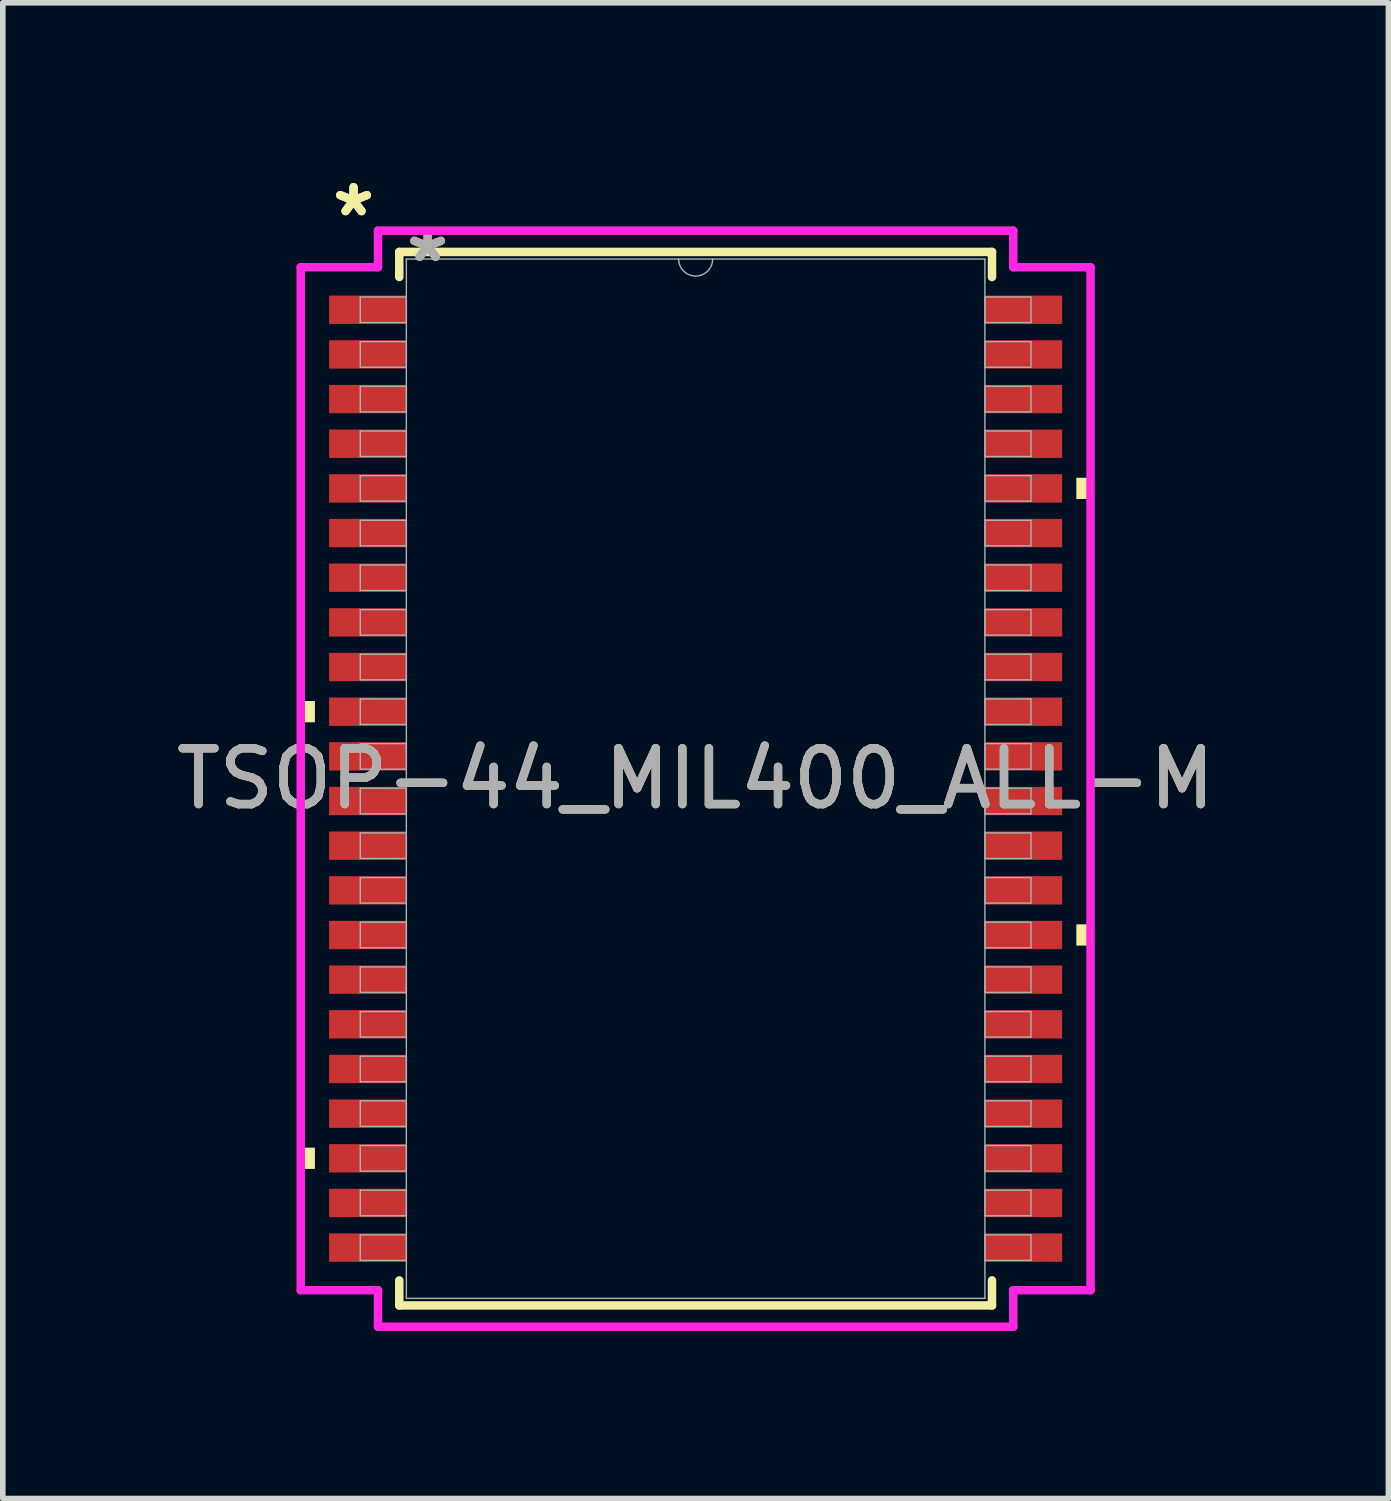
<source format=kicad_pcb>
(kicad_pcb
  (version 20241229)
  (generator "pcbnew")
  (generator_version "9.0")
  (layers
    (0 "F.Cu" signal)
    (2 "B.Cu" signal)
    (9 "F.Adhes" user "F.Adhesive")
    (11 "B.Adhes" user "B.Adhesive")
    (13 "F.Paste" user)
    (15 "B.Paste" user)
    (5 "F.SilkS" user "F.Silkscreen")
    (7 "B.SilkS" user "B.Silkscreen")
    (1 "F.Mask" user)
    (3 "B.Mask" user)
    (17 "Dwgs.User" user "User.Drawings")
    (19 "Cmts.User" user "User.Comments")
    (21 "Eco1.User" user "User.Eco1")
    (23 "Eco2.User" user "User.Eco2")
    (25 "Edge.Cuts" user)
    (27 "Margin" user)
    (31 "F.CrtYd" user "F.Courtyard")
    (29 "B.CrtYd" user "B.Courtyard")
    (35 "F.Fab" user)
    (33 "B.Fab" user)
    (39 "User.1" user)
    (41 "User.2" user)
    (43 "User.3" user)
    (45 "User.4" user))
  (footprint "TSOP-44_MIL400_ALL-M"
    (layer "F.Cu")
    (at 9.411 10.899)
    (property "Reference" "TSOP-44_MIL400_ALL-M" (at 0 0 0) (unlocked yes) (layer "F.SilkS") (effects (font (size 1 1) (thickness 0.15))))
    (attr smd)
    (fp_line (start -5.309 -9.436) (end -5.309 -8.987) (stroke (width 0.152) (type solid)) (layer "F.SilkS"))
    (fp_line (start -5.309 8.987) (end -5.309 9.436) (stroke (width 0.152) (type solid)) (layer "F.SilkS"))
    (fp_line (start -5.309 9.436) (end 5.309 9.436) (stroke (width 0.152) (type solid)) (layer "F.SilkS"))
    (fp_line (start 5.309 -9.436) (end -5.309 -9.436) (stroke (width 0.152) (type solid)) (layer "F.SilkS"))
    (fp_line (start 5.309 -8.987) (end 5.309 -9.436) (stroke (width 0.152) (type solid)) (layer "F.SilkS"))
    (fp_line (start 5.309 9.436) (end 5.309 8.987) (stroke (width 0.152) (type solid)) (layer "F.SilkS"))
    (fp_poly (pts (xy -7.074 -1.391) (xy -7.074 -1.01) (xy -6.82 -1.01) (xy -6.82 -1.391)) (stroke (width 0) (type solid)) (fill yes) (layer "F.SilkS"))
    (fp_poly (pts (xy -7.074 6.609) (xy -7.074 6.99) (xy -6.82 6.99) (xy -6.82 6.609)) (stroke (width 0) (type solid)) (fill yes) (layer "F.SilkS"))
    (fp_poly (pts (xy 7.074 -5.391) (xy 7.074 -5.01) (xy 6.82 -5.01) (xy 6.82 -5.391)) (stroke (width 0) (type solid)) (fill yes) (layer "F.SilkS"))
    (fp_poly (pts (xy 7.074 2.609) (xy 7.074 2.99) (xy 6.82 2.99) (xy 6.82 2.609)) (stroke (width 0) (type solid)) (fill yes) (layer "F.SilkS"))
    (fp_line (start -7.074 -9.162) (end -5.69 -9.162) (stroke (width 0.152) (type solid)) (layer "F.CrtYd"))
    (fp_line (start -7.074 9.162) (end -7.074 -9.162) (stroke (width 0.152) (type solid)) (layer "F.CrtYd"))
    (fp_line (start -7.074 9.162) (end -5.69 9.162) (stroke (width 0.152) (type solid)) (layer "F.CrtYd"))
    (fp_line (start -5.69 -9.817) (end 5.69 -9.817) (stroke (width 0.152) (type solid)) (layer "F.CrtYd"))
    (fp_line (start -5.69 -9.162) (end -5.69 -9.817) (stroke (width 0.152) (type solid)) (layer "F.CrtYd"))
    (fp_line (start -5.69 9.817) (end -5.69 9.162) (stroke (width 0.152) (type solid)) (layer "F.CrtYd"))
    (fp_line (start 5.69 -9.817) (end 5.69 -9.162) (stroke (width 0.152) (type solid)) (layer "F.CrtYd"))
    (fp_line (start 5.69 9.162) (end 5.69 9.817) (stroke (width 0.152) (type solid)) (layer "F.CrtYd"))
    (fp_line (start 5.69 9.817) (end -5.69 9.817) (stroke (width 0.152) (type solid)) (layer "F.CrtYd"))
    (fp_line (start 7.074 -9.162) (end 5.69 -9.162) (stroke (width 0.152) (type solid)) (layer "F.CrtYd"))
    (fp_line (start 7.074 -9.162) (end 7.074 9.162) (stroke (width 0.152) (type solid)) (layer "F.CrtYd"))
    (fp_line (start 7.074 9.162) (end 5.69 9.162) (stroke (width 0.152) (type solid)) (layer "F.CrtYd"))
    (fp_line (start -6.007 -8.629) (end -6.007 -8.171) (stroke (width 0.025) (type solid)) (layer "F.Fab"))
    (fp_line (start -6.007 -8.171) (end -5.182 -8.171) (stroke (width 0.025) (type solid)) (layer "F.Fab"))
    (fp_line (start -6.007 -7.829) (end -6.007 -7.371) (stroke (width 0.025) (type solid)) (layer "F.Fab"))
    (fp_line (start -6.007 -7.371) (end -5.182 -7.371) (stroke (width 0.025) (type solid)) (layer "F.Fab"))
    (fp_line (start -6.007 -7.029) (end -6.007 -6.571) (stroke (width 0.025) (type solid)) (layer "F.Fab"))
    (fp_line (start -6.007 -6.571) (end -5.182 -6.571) (stroke (width 0.025) (type solid)) (layer "F.Fab"))
    (fp_line (start -6.007 -6.229) (end -6.007 -5.771) (stroke (width 0.025) (type solid)) (layer "F.Fab"))
    (fp_line (start -6.007 -5.771) (end -5.182 -5.771) (stroke (width 0.025) (type solid)) (layer "F.Fab"))
    (fp_line (start -6.007 -5.429) (end -6.007 -4.971) (stroke (width 0.025) (type solid)) (layer "F.Fab"))
    (fp_line (start -6.007 -4.971) (end -5.182 -4.971) (stroke (width 0.025) (type solid)) (layer "F.Fab"))
    (fp_line (start -6.007 -4.629) (end -6.007 -4.171) (stroke (width 0.025) (type solid)) (layer "F.Fab"))
    (fp_line (start -6.007 -4.171) (end -5.182 -4.171) (stroke (width 0.025) (type solid)) (layer "F.Fab"))
    (fp_line (start -6.007 -3.829) (end -6.007 -3.371) (stroke (width 0.025) (type solid)) (layer "F.Fab"))
    (fp_line (start -6.007 -3.371) (end -5.182 -3.371) (stroke (width 0.025) (type solid)) (layer "F.Fab"))
    (fp_line (start -6.007 -3.029) (end -6.007 -2.571) (stroke (width 0.025) (type solid)) (layer "F.Fab"))
    (fp_line (start -6.007 -2.571) (end -5.182 -2.571) (stroke (width 0.025) (type solid)) (layer "F.Fab"))
    (fp_line (start -6.007 -2.229) (end -6.007 -1.771) (stroke (width 0.025) (type solid)) (layer "F.Fab"))
    (fp_line (start -6.007 -1.771) (end -5.182 -1.771) (stroke (width 0.025) (type solid)) (layer "F.Fab"))
    (fp_line (start -6.007 -1.429) (end -6.007 -0.971) (stroke (width 0.025) (type solid)) (layer "F.Fab"))
    (fp_line (start -6.007 -0.971) (end -5.182 -0.971) (stroke (width 0.025) (type solid)) (layer "F.Fab"))
    (fp_line (start -6.007 -0.629) (end -6.007 -0.171) (stroke (width 0.025) (type solid)) (layer "F.Fab"))
    (fp_line (start -6.007 -0.171) (end -5.182 -0.171) (stroke (width 0.025) (type solid)) (layer "F.Fab"))
    (fp_line (start -6.007 0.171) (end -6.007 0.629) (stroke (width 0.025) (type solid)) (layer "F.Fab"))
    (fp_line (start -6.007 0.629) (end -5.182 0.629) (stroke (width 0.025) (type solid)) (layer "F.Fab"))
    (fp_line (start -6.007 0.971) (end -6.007 1.429) (stroke (width 0.025) (type solid)) (layer "F.Fab"))
    (fp_line (start -6.007 1.429) (end -5.182 1.429) (stroke (width 0.025) (type solid)) (layer "F.Fab"))
    (fp_line (start -6.007 1.771) (end -6.007 2.229) (stroke (width 0.025) (type solid)) (layer "F.Fab"))
    (fp_line (start -6.007 2.229) (end -5.182 2.229) (stroke (width 0.025) (type solid)) (layer "F.Fab"))
    (fp_line (start -6.007 2.571) (end -6.007 3.029) (stroke (width 0.025) (type solid)) (layer "F.Fab"))
    (fp_line (start -6.007 3.029) (end -5.182 3.029) (stroke (width 0.025) (type solid)) (layer "F.Fab"))
    (fp_line (start -6.007 3.371) (end -6.007 3.829) (stroke (width 0.025) (type solid)) (layer "F.Fab"))
    (fp_line (start -6.007 3.829) (end -5.182 3.829) (stroke (width 0.025) (type solid)) (layer "F.Fab"))
    (fp_line (start -6.007 4.171) (end -6.007 4.629) (stroke (width 0.025) (type solid)) (layer "F.Fab"))
    (fp_line (start -6.007 4.629) (end -5.182 4.629) (stroke (width 0.025) (type solid)) (layer "F.Fab"))
    (fp_line (start -6.007 4.971) (end -6.007 5.429) (stroke (width 0.025) (type solid)) (layer "F.Fab"))
    (fp_line (start -6.007 5.429) (end -5.182 5.429) (stroke (width 0.025) (type solid)) (layer "F.Fab"))
    (fp_line (start -6.007 5.771) (end -6.007 6.229) (stroke (width 0.025) (type solid)) (layer "F.Fab"))
    (fp_line (start -6.007 6.229) (end -5.182 6.229) (stroke (width 0.025) (type solid)) (layer "F.Fab"))
    (fp_line (start -6.007 6.571) (end -6.007 7.029) (stroke (width 0.025) (type solid)) (layer "F.Fab"))
    (fp_line (start -6.007 7.029) (end -5.182 7.029) (stroke (width 0.025) (type solid)) (layer "F.Fab"))
    (fp_line (start -6.007 7.371) (end -6.007 7.829) (stroke (width 0.025) (type solid)) (layer "F.Fab"))
    (fp_line (start -6.007 7.829) (end -5.182 7.829) (stroke (width 0.025) (type solid)) (layer "F.Fab"))
    (fp_line (start -6.007 8.171) (end -6.007 8.629) (stroke (width 0.025) (type solid)) (layer "F.Fab"))
    (fp_line (start -6.007 8.629) (end -5.182 8.629) (stroke (width 0.025) (type solid)) (layer "F.Fab"))
    (fp_line (start -5.182 -9.309) (end -5.182 9.309) (stroke (width 0.025) (type solid)) (layer "F.Fab"))
    (fp_line (start -5.182 -8.629) (end -6.007 -8.629) (stroke (width 0.025) (type solid)) (layer "F.Fab"))
    (fp_line (start -5.182 -8.171) (end -5.182 -8.629) (stroke (width 0.025) (type solid)) (layer "F.Fab"))
    (fp_line (start -5.182 -7.829) (end -6.007 -7.829) (stroke (width 0.025) (type solid)) (layer "F.Fab"))
    (fp_line (start -5.182 -7.371) (end -5.182 -7.829) (stroke (width 0.025) (type solid)) (layer "F.Fab"))
    (fp_line (start -5.182 -7.029) (end -6.007 -7.029) (stroke (width 0.025) (type solid)) (layer "F.Fab"))
    (fp_line (start -5.182 -6.571) (end -5.182 -7.029) (stroke (width 0.025) (type solid)) (layer "F.Fab"))
    (fp_line (start -5.182 -6.229) (end -6.007 -6.229) (stroke (width 0.025) (type solid)) (layer "F.Fab"))
    (fp_line (start -5.182 -5.771) (end -5.182 -6.229) (stroke (width 0.025) (type solid)) (layer "F.Fab"))
    (fp_line (start -5.182 -5.429) (end -6.007 -5.429) (stroke (width 0.025) (type solid)) (layer "F.Fab"))
    (fp_line (start -5.182 -4.971) (end -5.182 -5.429) (stroke (width 0.025) (type solid)) (layer "F.Fab"))
    (fp_line (start -5.182 -4.629) (end -6.007 -4.629) (stroke (width 0.025) (type solid)) (layer "F.Fab"))
    (fp_line (start -5.182 -4.171) (end -5.182 -4.629) (stroke (width 0.025) (type solid)) (layer "F.Fab"))
    (fp_line (start -5.182 -3.829) (end -6.007 -3.829) (stroke (width 0.025) (type solid)) (layer "F.Fab"))
    (fp_line (start -5.182 -3.371) (end -5.182 -3.829) (stroke (width 0.025) (type solid)) (layer "F.Fab"))
    (fp_line (start -5.182 -3.029) (end -6.007 -3.029) (stroke (width 0.025) (type solid)) (layer "F.Fab"))
    (fp_line (start -5.182 -2.571) (end -5.182 -3.029) (stroke (width 0.025) (type solid)) (layer "F.Fab"))
    (fp_line (start -5.182 -2.229) (end -6.007 -2.229) (stroke (width 0.025) (type solid)) (layer "F.Fab"))
    (fp_line (start -5.182 -1.771) (end -5.182 -2.229) (stroke (width 0.025) (type solid)) (layer "F.Fab"))
    (fp_line (start -5.182 -1.429) (end -6.007 -1.429) (stroke (width 0.025) (type solid)) (layer "F.Fab"))
    (fp_line (start -5.182 -0.971) (end -5.182 -1.429) (stroke (width 0.025) (type solid)) (layer "F.Fab"))
    (fp_line (start -5.182 -0.629) (end -6.007 -0.629) (stroke (width 0.025) (type solid)) (layer "F.Fab"))
    (fp_line (start -5.182 -0.171) (end -5.182 -0.629) (stroke (width 0.025) (type solid)) (layer "F.Fab"))
    (fp_line (start -5.182 0.171) (end -6.007 0.171) (stroke (width 0.025) (type solid)) (layer "F.Fab"))
    (fp_line (start -5.182 0.629) (end -5.182 0.171) (stroke (width 0.025) (type solid)) (layer "F.Fab"))
    (fp_line (start -5.182 0.971) (end -6.007 0.971) (stroke (width 0.025) (type solid)) (layer "F.Fab"))
    (fp_line (start -5.182 1.429) (end -5.182 0.971) (stroke (width 0.025) (type solid)) (layer "F.Fab"))
    (fp_line (start -5.182 1.771) (end -6.007 1.771) (stroke (width 0.025) (type solid)) (layer "F.Fab"))
    (fp_line (start -5.182 2.229) (end -5.182 1.771) (stroke (width 0.025) (type solid)) (layer "F.Fab"))
    (fp_line (start -5.182 2.571) (end -6.007 2.571) (stroke (width 0.025) (type solid)) (layer "F.Fab"))
    (fp_line (start -5.182 3.029) (end -5.182 2.571) (stroke (width 0.025) (type solid)) (layer "F.Fab"))
    (fp_line (start -5.182 3.371) (end -6.007 3.371) (stroke (width 0.025) (type solid)) (layer "F.Fab"))
    (fp_line (start -5.182 3.829) (end -5.182 3.371) (stroke (width 0.025) (type solid)) (layer "F.Fab"))
    (fp_line (start -5.182 4.171) (end -6.007 4.171) (stroke (width 0.025) (type solid)) (layer "F.Fab"))
    (fp_line (start -5.182 4.629) (end -5.182 4.171) (stroke (width 0.025) (type solid)) (layer "F.Fab"))
    (fp_line (start -5.182 4.971) (end -6.007 4.971) (stroke (width 0.025) (type solid)) (layer "F.Fab"))
    (fp_line (start -5.182 5.429) (end -5.182 4.971) (stroke (width 0.025) (type solid)) (layer "F.Fab"))
    (fp_line (start -5.182 5.771) (end -6.007 5.771) (stroke (width 0.025) (type solid)) (layer "F.Fab"))
    (fp_line (start -5.182 6.229) (end -5.182 5.771) (stroke (width 0.025) (type solid)) (layer "F.Fab"))
    (fp_line (start -5.182 6.571) (end -6.007 6.571) (stroke (width 0.025) (type solid)) (layer "F.Fab"))
    (fp_line (start -5.182 7.029) (end -5.182 6.571) (stroke (width 0.025) (type solid)) (layer "F.Fab"))
    (fp_line (start -5.182 7.371) (end -6.007 7.371) (stroke (width 0.025) (type solid)) (layer "F.Fab"))
    (fp_line (start -5.182 7.829) (end -5.182 7.371) (stroke (width 0.025) (type solid)) (layer "F.Fab"))
    (fp_line (start -5.182 8.171) (end -6.007 8.171) (stroke (width 0.025) (type solid)) (layer "F.Fab"))
    (fp_line (start -5.182 8.629) (end -5.182 8.171) (stroke (width 0.025) (type solid)) (layer "F.Fab"))
    (fp_line (start -5.182 9.309) (end 5.182 9.309) (stroke (width 0.025) (type solid)) (layer "F.Fab"))
    (fp_line (start 5.182 -9.309) (end -5.182 -9.309) (stroke (width 0.025) (type solid)) (layer "F.Fab"))
    (fp_line (start 5.182 -8.629) (end 5.182 -8.171) (stroke (width 0.025) (type solid)) (layer "F.Fab"))
    (fp_line (start 5.182 -8.171) (end 6.007 -8.171) (stroke (width 0.025) (type solid)) (layer "F.Fab"))
    (fp_line (start 5.182 -7.829) (end 5.182 -7.371) (stroke (width 0.025) (type solid)) (layer "F.Fab"))
    (fp_line (start 5.182 -7.371) (end 6.007 -7.371) (stroke (width 0.025) (type solid)) (layer "F.Fab"))
    (fp_line (start 5.182 -7.029) (end 5.182 -6.571) (stroke (width 0.025) (type solid)) (layer "F.Fab"))
    (fp_line (start 5.182 -6.571) (end 6.007 -6.571) (stroke (width 0.025) (type solid)) (layer "F.Fab"))
    (fp_line (start 5.182 -6.229) (end 5.182 -5.771) (stroke (width 0.025) (type solid)) (layer "F.Fab"))
    (fp_line (start 5.182 -5.771) (end 6.007 -5.771) (stroke (width 0.025) (type solid)) (layer "F.Fab"))
    (fp_line (start 5.182 -5.429) (end 5.182 -4.971) (stroke (width 0.025) (type solid)) (layer "F.Fab"))
    (fp_line (start 5.182 -4.971) (end 6.007 -4.971) (stroke (width 0.025) (type solid)) (layer "F.Fab"))
    (fp_line (start 5.182 -4.629) (end 5.182 -4.171) (stroke (width 0.025) (type solid)) (layer "F.Fab"))
    (fp_line (start 5.182 -4.171) (end 6.007 -4.171) (stroke (width 0.025) (type solid)) (layer "F.Fab"))
    (fp_line (start 5.182 -3.829) (end 5.182 -3.371) (stroke (width 0.025) (type solid)) (layer "F.Fab"))
    (fp_line (start 5.182 -3.371) (end 6.007 -3.371) (stroke (width 0.025) (type solid)) (layer "F.Fab"))
    (fp_line (start 5.182 -3.029) (end 5.182 -2.571) (stroke (width 0.025) (type solid)) (layer "F.Fab"))
    (fp_line (start 5.182 -2.571) (end 6.007 -2.571) (stroke (width 0.025) (type solid)) (layer "F.Fab"))
    (fp_line (start 5.182 -2.229) (end 5.182 -1.771) (stroke (width 0.025) (type solid)) (layer "F.Fab"))
    (fp_line (start 5.182 -1.771) (end 6.007 -1.771) (stroke (width 0.025) (type solid)) (layer "F.Fab"))
    (fp_line (start 5.182 -1.429) (end 5.182 -0.971) (stroke (width 0.025) (type solid)) (layer "F.Fab"))
    (fp_line (start 5.182 -0.971) (end 6.007 -0.971) (stroke (width 0.025) (type solid)) (layer "F.Fab"))
    (fp_line (start 5.182 -0.629) (end 5.182 -0.171) (stroke (width 0.025) (type solid)) (layer "F.Fab"))
    (fp_line (start 5.182 -0.171) (end 6.007 -0.171) (stroke (width 0.025) (type solid)) (layer "F.Fab"))
    (fp_line (start 5.182 0.171) (end 5.182 0.629) (stroke (width 0.025) (type solid)) (layer "F.Fab"))
    (fp_line (start 5.182 0.629) (end 6.007 0.629) (stroke (width 0.025) (type solid)) (layer "F.Fab"))
    (fp_line (start 5.182 0.971) (end 5.182 1.429) (stroke (width 0.025) (type solid)) (layer "F.Fab"))
    (fp_line (start 5.182 1.429) (end 6.007 1.429) (stroke (width 0.025) (type solid)) (layer "F.Fab"))
    (fp_line (start 5.182 1.771) (end 5.182 2.229) (stroke (width 0.025) (type solid)) (layer "F.Fab"))
    (fp_line (start 5.182 2.229) (end 6.007 2.229) (stroke (width 0.025) (type solid)) (layer "F.Fab"))
    (fp_line (start 5.182 2.571) (end 5.182 3.029) (stroke (width 0.025) (type solid)) (layer "F.Fab"))
    (fp_line (start 5.182 3.029) (end 6.007 3.029) (stroke (width 0.025) (type solid)) (layer "F.Fab"))
    (fp_line (start 5.182 3.371) (end 5.182 3.829) (stroke (width 0.025) (type solid)) (layer "F.Fab"))
    (fp_line (start 5.182 3.829) (end 6.007 3.829) (stroke (width 0.025) (type solid)) (layer "F.Fab"))
    (fp_line (start 5.182 4.171) (end 5.182 4.629) (stroke (width 0.025) (type solid)) (layer "F.Fab"))
    (fp_line (start 5.182 4.629) (end 6.007 4.629) (stroke (width 0.025) (type solid)) (layer "F.Fab"))
    (fp_line (start 5.182 4.971) (end 5.182 5.429) (stroke (width 0.025) (type solid)) (layer "F.Fab"))
    (fp_line (start 5.182 5.429) (end 6.007 5.429) (stroke (width 0.025) (type solid)) (layer "F.Fab"))
    (fp_line (start 5.182 5.771) (end 5.182 6.229) (stroke (width 0.025) (type solid)) (layer "F.Fab"))
    (fp_line (start 5.182 6.229) (end 6.007 6.229) (stroke (width 0.025) (type solid)) (layer "F.Fab"))
    (fp_line (start 5.182 6.571) (end 5.182 7.029) (stroke (width 0.025) (type solid)) (layer "F.Fab"))
    (fp_line (start 5.182 7.029) (end 6.007 7.029) (stroke (width 0.025) (type solid)) (layer "F.Fab"))
    (fp_line (start 5.182 7.371) (end 5.182 7.829) (stroke (width 0.025) (type solid)) (layer "F.Fab"))
    (fp_line (start 5.182 7.829) (end 6.007 7.829) (stroke (width 0.025) (type solid)) (layer "F.Fab"))
    (fp_line (start 5.182 8.171) (end 5.182 8.629) (stroke (width 0.025) (type solid)) (layer "F.Fab"))
    (fp_line (start 5.182 8.629) (end 6.007 8.629) (stroke (width 0.025) (type solid)) (layer "F.Fab"))
    (fp_line (start 5.182 9.309) (end 5.182 -9.309) (stroke (width 0.025) (type solid)) (layer "F.Fab"))
    (fp_line (start 6.007 -8.629) (end 5.182 -8.629) (stroke (width 0.025) (type solid)) (layer "F.Fab"))
    (fp_line (start 6.007 -8.171) (end 6.007 -8.629) (stroke (width 0.025) (type solid)) (layer "F.Fab"))
    (fp_line (start 6.007 -7.829) (end 5.182 -7.829) (stroke (width 0.025) (type solid)) (layer "F.Fab"))
    (fp_line (start 6.007 -7.371) (end 6.007 -7.829) (stroke (width 0.025) (type solid)) (layer "F.Fab"))
    (fp_line (start 6.007 -7.029) (end 5.182 -7.029) (stroke (width 0.025) (type solid)) (layer "F.Fab"))
    (fp_line (start 6.007 -6.571) (end 6.007 -7.029) (stroke (width 0.025) (type solid)) (layer "F.Fab"))
    (fp_line (start 6.007 -6.229) (end 5.182 -6.229) (stroke (width 0.025) (type solid)) (layer "F.Fab"))
    (fp_line (start 6.007 -5.771) (end 6.007 -6.229) (stroke (width 0.025) (type solid)) (layer "F.Fab"))
    (fp_line (start 6.007 -5.429) (end 5.182 -5.429) (stroke (width 0.025) (type solid)) (layer "F.Fab"))
    (fp_line (start 6.007 -4.971) (end 6.007 -5.429) (stroke (width 0.025) (type solid)) (layer "F.Fab"))
    (fp_line (start 6.007 -4.629) (end 5.182 -4.629) (stroke (width 0.025) (type solid)) (layer "F.Fab"))
    (fp_line (start 6.007 -4.171) (end 6.007 -4.629) (stroke (width 0.025) (type solid)) (layer "F.Fab"))
    (fp_line (start 6.007 -3.829) (end 5.182 -3.829) (stroke (width 0.025) (type solid)) (layer "F.Fab"))
    (fp_line (start 6.007 -3.371) (end 6.007 -3.829) (stroke (width 0.025) (type solid)) (layer "F.Fab"))
    (fp_line (start 6.007 -3.029) (end 5.182 -3.029) (stroke (width 0.025) (type solid)) (layer "F.Fab"))
    (fp_line (start 6.007 -2.571) (end 6.007 -3.029) (stroke (width 0.025) (type solid)) (layer "F.Fab"))
    (fp_line (start 6.007 -2.229) (end 5.182 -2.229) (stroke (width 0.025) (type solid)) (layer "F.Fab"))
    (fp_line (start 6.007 -1.771) (end 6.007 -2.229) (stroke (width 0.025) (type solid)) (layer "F.Fab"))
    (fp_line (start 6.007 -1.429) (end 5.182 -1.429) (stroke (width 0.025) (type solid)) (layer "F.Fab"))
    (fp_line (start 6.007 -0.971) (end 6.007 -1.429) (stroke (width 0.025) (type solid)) (layer "F.Fab"))
    (fp_line (start 6.007 -0.629) (end 5.182 -0.629) (stroke (width 0.025) (type solid)) (layer "F.Fab"))
    (fp_line (start 6.007 -0.171) (end 6.007 -0.629) (stroke (width 0.025) (type solid)) (layer "F.Fab"))
    (fp_line (start 6.007 0.171) (end 5.182 0.171) (stroke (width 0.025) (type solid)) (layer "F.Fab"))
    (fp_line (start 6.007 0.629) (end 6.007 0.171) (stroke (width 0.025) (type solid)) (layer "F.Fab"))
    (fp_line (start 6.007 0.971) (end 5.182 0.971) (stroke (width 0.025) (type solid)) (layer "F.Fab"))
    (fp_line (start 6.007 1.429) (end 6.007 0.971) (stroke (width 0.025) (type solid)) (layer "F.Fab"))
    (fp_line (start 6.007 1.771) (end 5.182 1.771) (stroke (width 0.025) (type solid)) (layer "F.Fab"))
    (fp_line (start 6.007 2.229) (end 6.007 1.771) (stroke (width 0.025) (type solid)) (layer "F.Fab"))
    (fp_line (start 6.007 2.571) (end 5.182 2.571) (stroke (width 0.025) (type solid)) (layer "F.Fab"))
    (fp_line (start 6.007 3.029) (end 6.007 2.571) (stroke (width 0.025) (type solid)) (layer "F.Fab"))
    (fp_line (start 6.007 3.371) (end 5.182 3.371) (stroke (width 0.025) (type solid)) (layer "F.Fab"))
    (fp_line (start 6.007 3.829) (end 6.007 3.371) (stroke (width 0.025) (type solid)) (layer "F.Fab"))
    (fp_line (start 6.007 4.171) (end 5.182 4.171) (stroke (width 0.025) (type solid)) (layer "F.Fab"))
    (fp_line (start 6.007 4.629) (end 6.007 4.171) (stroke (width 0.025) (type solid)) (layer "F.Fab"))
    (fp_line (start 6.007 4.971) (end 5.182 4.971) (stroke (width 0.025) (type solid)) (layer "F.Fab"))
    (fp_line (start 6.007 5.429) (end 6.007 4.971) (stroke (width 0.025) (type solid)) (layer "F.Fab"))
    (fp_line (start 6.007 5.771) (end 5.182 5.771) (stroke (width 0.025) (type solid)) (layer "F.Fab"))
    (fp_line (start 6.007 6.229) (end 6.007 5.771) (stroke (width 0.025) (type solid)) (layer "F.Fab"))
    (fp_line (start 6.007 6.571) (end 5.182 6.571) (stroke (width 0.025) (type solid)) (layer "F.Fab"))
    (fp_line (start 6.007 7.029) (end 6.007 6.571) (stroke (width 0.025) (type solid)) (layer "F.Fab"))
    (fp_line (start 6.007 7.371) (end 5.182 7.371) (stroke (width 0.025) (type solid)) (layer "F.Fab"))
    (fp_line (start 6.007 7.829) (end 6.007 7.371) (stroke (width 0.025) (type solid)) (layer "F.Fab"))
    (fp_line (start 6.007 8.171) (end 5.182 8.171) (stroke (width 0.025) (type solid)) (layer "F.Fab"))
    (fp_line (start 6.007 8.629) (end 6.007 8.171) (stroke (width 0.025) (type solid)) (layer "F.Fab"))
    (fp_arc (start 0.3048 -9.3091) (mid 0 -9.0043) (end -0.3048 -9.3091) (stroke (width 0.0254) (type solid)) (layer "F.Fab"))
    (fp_text user "*" (at -6.128 -10.051 0) (unlocked yes) (layer "F.SilkS") (effects (font (size 1 1) (thickness 0.15))))
    (fp_text user "*" (at -6.128 -10.051 0) (layer "F.SilkS") (effects (font (size 1 1) (thickness 0.15))))
    (fp_text user "*" (at -4.801 -9.233 0) (unlocked yes) (layer "F.Fab") (effects (font (size 1 1) (thickness 0.15))))
    (fp_text user "${REFERENCE}" (at 0 0 0) (unlocked yes) (layer "F.Fab") (effects (font (size 1 1) (thickness 0.15))))
    (fp_text user "*" (at -4.801 -9.233 0) (layer "F.Fab") (effects (font (size 1 1) (thickness 0.15))))
    (pad "1" smd rect (at -5.874 -8.4) (size 1.384 0.508) (layers "F.Cu" "F.Mask" "F.Paste"))
    (pad "2" smd rect (at -5.874 -7.6) (size 1.384 0.508) (layers "F.Cu" "F.Mask" "F.Paste"))
    (pad "3" smd rect (at -5.874 -6.8) (size 1.384 0.508) (layers "F.Cu" "F.Mask" "F.Paste"))
    (pad "4" smd rect (at -5.874 -6) (size 1.384 0.508) (layers "F.Cu" "F.Mask" "F.Paste"))
    (pad "5" smd rect (at -5.874 -5.2) (size 1.384 0.508) (layers "F.Cu" "F.Mask" "F.Paste"))
    (pad "6" smd rect (at -5.874 -4.4) (size 1.384 0.508) (layers "F.Cu" "F.Mask" "F.Paste"))
    (pad "7" smd rect (at -5.874 -3.6) (size 1.384 0.508) (layers "F.Cu" "F.Mask" "F.Paste"))
    (pad "8" smd rect (at -5.874 -2.8) (size 1.384 0.508) (layers "F.Cu" "F.Mask" "F.Paste"))
    (pad "9" smd rect (at -5.874 -2) (size 1.384 0.508) (layers "F.Cu" "F.Mask" "F.Paste"))
    (pad "10" smd rect (at -5.874 -1.2) (size 1.384 0.508) (layers "F.Cu" "F.Mask" "F.Paste"))
    (pad "11" smd rect (at -5.874 -0.4) (size 1.384 0.508) (layers "F.Cu" "F.Mask" "F.Paste"))
    (pad "12" smd rect (at -5.874 0.4) (size 1.384 0.508) (layers "F.Cu" "F.Mask" "F.Paste"))
    (pad "13" smd rect (at -5.874 1.2) (size 1.384 0.508) (layers "F.Cu" "F.Mask" "F.Paste"))
    (pad "14" smd rect (at -5.874 2) (size 1.384 0.508) (layers "F.Cu" "F.Mask" "F.Paste"))
    (pad "15" smd rect (at -5.874 2.8) (size 1.384 0.508) (layers "F.Cu" "F.Mask" "F.Paste"))
    (pad "16" smd rect (at -5.874 3.6) (size 1.384 0.508) (layers "F.Cu" "F.Mask" "F.Paste"))
    (pad "17" smd rect (at -5.874 4.4) (size 1.384 0.508) (layers "F.Cu" "F.Mask" "F.Paste"))
    (pad "18" smd rect (at -5.874 5.2) (size 1.384 0.508) (layers "F.Cu" "F.Mask" "F.Paste"))
    (pad "19" smd rect (at -5.874 6) (size 1.384 0.508) (layers "F.Cu" "F.Mask" "F.Paste"))
    (pad "20" smd rect (at -5.874 6.8) (size 1.384 0.508) (layers "F.Cu" "F.Mask" "F.Paste"))
    (pad "21" smd rect (at -5.874 7.6) (size 1.384 0.508) (layers "F.Cu" "F.Mask" "F.Paste"))
    (pad "22" smd rect (at -5.874 8.4) (size 1.384 0.508) (layers "F.Cu" "F.Mask" "F.Paste"))
    (pad "23" smd rect (at 5.874 8.4) (size 1.384 0.508) (layers "F.Cu" "F.Mask" "F.Paste"))
    (pad "24" smd rect (at 5.874 7.6) (size 1.384 0.508) (layers "F.Cu" "F.Mask" "F.Paste"))
    (pad "25" smd rect (at 5.874 6.8) (size 1.384 0.508) (layers "F.Cu" "F.Mask" "F.Paste"))
    (pad "26" smd rect (at 5.874 6) (size 1.384 0.508) (layers "F.Cu" "F.Mask" "F.Paste"))
    (pad "27" smd rect (at 5.874 5.2) (size 1.384 0.508) (layers "F.Cu" "F.Mask" "F.Paste"))
    (pad "28" smd rect (at 5.874 4.4) (size 1.384 0.508) (layers "F.Cu" "F.Mask" "F.Paste"))
    (pad "29" smd rect (at 5.874 3.6) (size 1.384 0.508) (layers "F.Cu" "F.Mask" "F.Paste"))
    (pad "30" smd rect (at 5.874 2.8) (size 1.384 0.508) (layers "F.Cu" "F.Mask" "F.Paste"))
    (pad "31" smd rect (at 5.874 2) (size 1.384 0.508) (layers "F.Cu" "F.Mask" "F.Paste"))
    (pad "32" smd rect (at 5.874 1.2) (size 1.384 0.508) (layers "F.Cu" "F.Mask" "F.Paste"))
    (pad "33" smd rect (at 5.874 0.4) (size 1.384 0.508) (layers "F.Cu" "F.Mask" "F.Paste"))
    (pad "34" smd rect (at 5.874 -0.4) (size 1.384 0.508) (layers "F.Cu" "F.Mask" "F.Paste"))
    (pad "35" smd rect (at 5.874 -1.2) (size 1.384 0.508) (layers "F.Cu" "F.Mask" "F.Paste"))
    (pad "36" smd rect (at 5.874 -2) (size 1.384 0.508) (layers "F.Cu" "F.Mask" "F.Paste"))
    (pad "37" smd rect (at 5.874 -2.8) (size 1.384 0.508) (layers "F.Cu" "F.Mask" "F.Paste"))
    (pad "38" smd rect (at 5.874 -3.6) (size 1.384 0.508) (layers "F.Cu" "F.Mask" "F.Paste"))
    (pad "39" smd rect (at 5.874 -4.4) (size 1.384 0.508) (layers "F.Cu" "F.Mask" "F.Paste"))
    (pad "40" smd rect (at 5.874 -5.2) (size 1.384 0.508) (layers "F.Cu" "F.Mask" "F.Paste"))
    (pad "41" smd rect (at 5.874 -6) (size 1.384 0.508) (layers "F.Cu" "F.Mask" "F.Paste"))
    (pad "42" smd rect (at 5.874 -6.8) (size 1.384 0.508) (layers "F.Cu" "F.Mask" "F.Paste"))
    (pad "43" smd rect (at 5.874 -7.6) (size 1.384 0.508) (layers "F.Cu" "F.Mask" "F.Paste"))
    (pad "44" smd rect (at 5.874 -8.4) (size 1.384 0.508) (layers "F.Cu" "F.Mask" "F.Paste")))
  (gr_rect
    (start -3 -3)
    (end 21.821 23.793)
    (stroke (width 0.1) (type default))
    (fill no)
    (layer "Edge.Cuts")))
</source>
